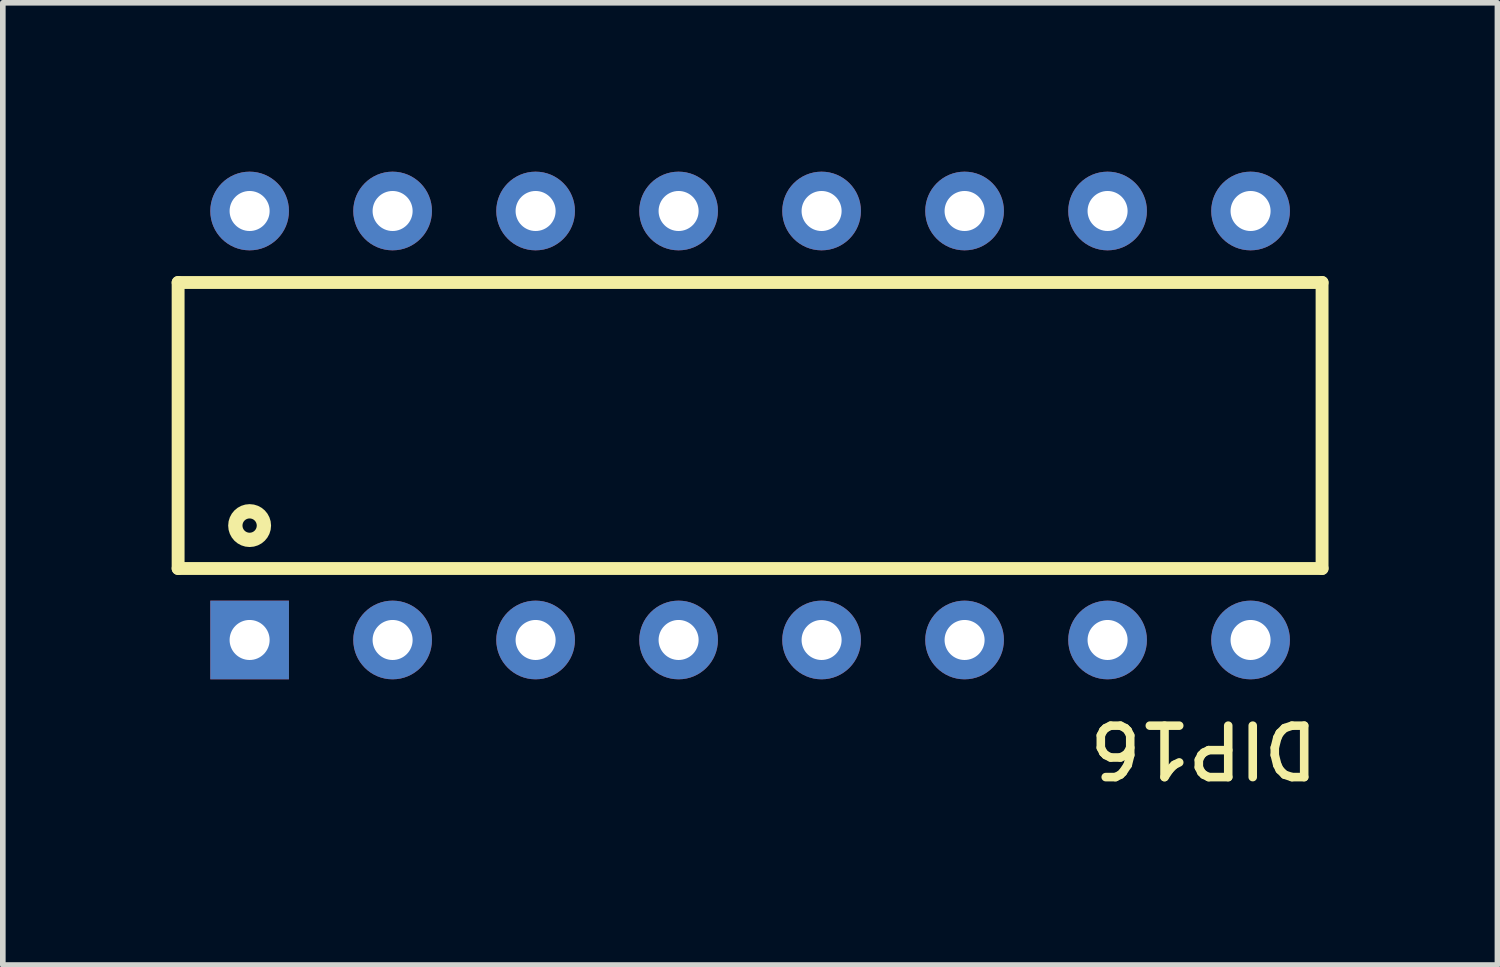
<source format=kicad_pcb>
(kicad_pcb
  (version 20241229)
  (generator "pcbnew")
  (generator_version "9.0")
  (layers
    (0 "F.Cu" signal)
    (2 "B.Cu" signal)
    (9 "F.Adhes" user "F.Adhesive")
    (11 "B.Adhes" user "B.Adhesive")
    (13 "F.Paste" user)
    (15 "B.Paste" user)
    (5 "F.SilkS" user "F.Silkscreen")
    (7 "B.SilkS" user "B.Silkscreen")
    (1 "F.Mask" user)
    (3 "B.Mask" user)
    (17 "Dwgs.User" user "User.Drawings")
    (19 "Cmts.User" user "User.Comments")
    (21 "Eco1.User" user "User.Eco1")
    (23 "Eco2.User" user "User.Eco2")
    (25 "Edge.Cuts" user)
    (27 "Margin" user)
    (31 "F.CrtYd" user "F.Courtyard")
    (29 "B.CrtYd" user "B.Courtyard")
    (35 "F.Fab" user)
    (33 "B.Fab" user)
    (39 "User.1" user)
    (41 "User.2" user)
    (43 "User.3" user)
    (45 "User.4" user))
  (footprint "DIP16"
    (layer "F.Cu")
    (at 10.274 4.508)
    (property "Reference" "DIP16" (at 10.16 5.212 180) (unlocked yes) (layer "F.SilkS") (effects (font (size 0.914 0.914) (thickness 0.152)) (justify left bottom)))
    (fp_line (start -10.16 -2.54) (end -10.16 2.54) (stroke (width 0.229) (type default)) (layer "F.SilkS"))
    (fp_line (start -10.16 2.54) (end 10.16 2.54) (stroke (width 0.229) (type default)) (layer "F.SilkS"))
    (fp_line (start 10.16 -2.54) (end -10.16 -2.54) (stroke (width 0.229) (type default)) (layer "F.SilkS"))
    (fp_line (start 10.16 2.54) (end 10.16 -2.54) (stroke (width 0.229) (type default)) (layer "F.SilkS"))
    (fp_circle (center -8.89 1.778) (end -8.636 1.778) (stroke (width 0.254) (type default)) (fill no) (layer "F.SilkS"))
    (pad "1" thru_hole rect (at -8.89 3.81) (size 1.397 1.397) (drill 0.711) (layers "*.Cu" "*.Mask"))
    (pad "2" thru_hole oval (at -6.35 3.81) (size 1.397 1.397) (drill 0.711) (layers "*.Cu" "*.Mask"))
    (pad "3" thru_hole oval (at -3.81 3.81) (size 1.397 1.397) (drill 0.711) (layers "*.Cu" "*.Mask"))
    (pad "4" thru_hole oval (at -1.27 3.81) (size 1.397 1.397) (drill 0.711) (layers "*.Cu" "*.Mask"))
    (pad "5" thru_hole oval (at 1.27 3.81) (size 1.397 1.397) (drill 0.711) (layers "*.Cu" "*.Mask"))
    (pad "6" thru_hole oval (at 3.81 3.81) (size 1.397 1.397) (drill 0.711) (layers "*.Cu" "*.Mask"))
    (pad "7" thru_hole oval (at 6.35 3.81) (size 1.397 1.397) (drill 0.711) (layers "*.Cu" "*.Mask"))
    (pad "8" thru_hole oval (at 8.89 3.81) (size 1.397 1.397) (drill 0.711) (layers "*.Cu" "*.Mask"))
    (pad "9" thru_hole oval (at 8.89 -3.81) (size 1.397 1.397) (drill 0.711) (layers "*.Cu" "*.Mask"))
    (pad "10" thru_hole oval (at 6.35 -3.81) (size 1.397 1.397) (drill 0.711) (layers "*.Cu" "*.Mask"))
    (pad "11" thru_hole oval (at 3.81 -3.81) (size 1.397 1.397) (drill 0.711) (layers "*.Cu" "*.Mask"))
    (pad "12" thru_hole oval (at 1.27 -3.81) (size 1.397 1.397) (drill 0.711) (layers "*.Cu" "*.Mask"))
    (pad "13" thru_hole oval (at -1.27 -3.81) (size 1.397 1.397) (drill 0.711) (layers "*.Cu" "*.Mask"))
    (pad "14" thru_hole oval (at -3.81 -3.81) (size 1.397 1.397) (drill 0.711) (layers "*.Cu" "*.Mask"))
    (pad "15" thru_hole oval (at -6.35 -3.81) (size 1.397 1.397) (drill 0.711) (layers "*.Cu" "*.Mask"))
    (pad "16" thru_hole oval (at -8.89 -3.81) (size 1.397 1.397) (drill 0.711) (layers "*.Cu" "*.Mask")))
  (gr_rect
    (start -3 -3)
    (end 23.549 14.092)
    (stroke (width 0.1) (type default))
    (fill no)
    (layer "Edge.Cuts")))
</source>
